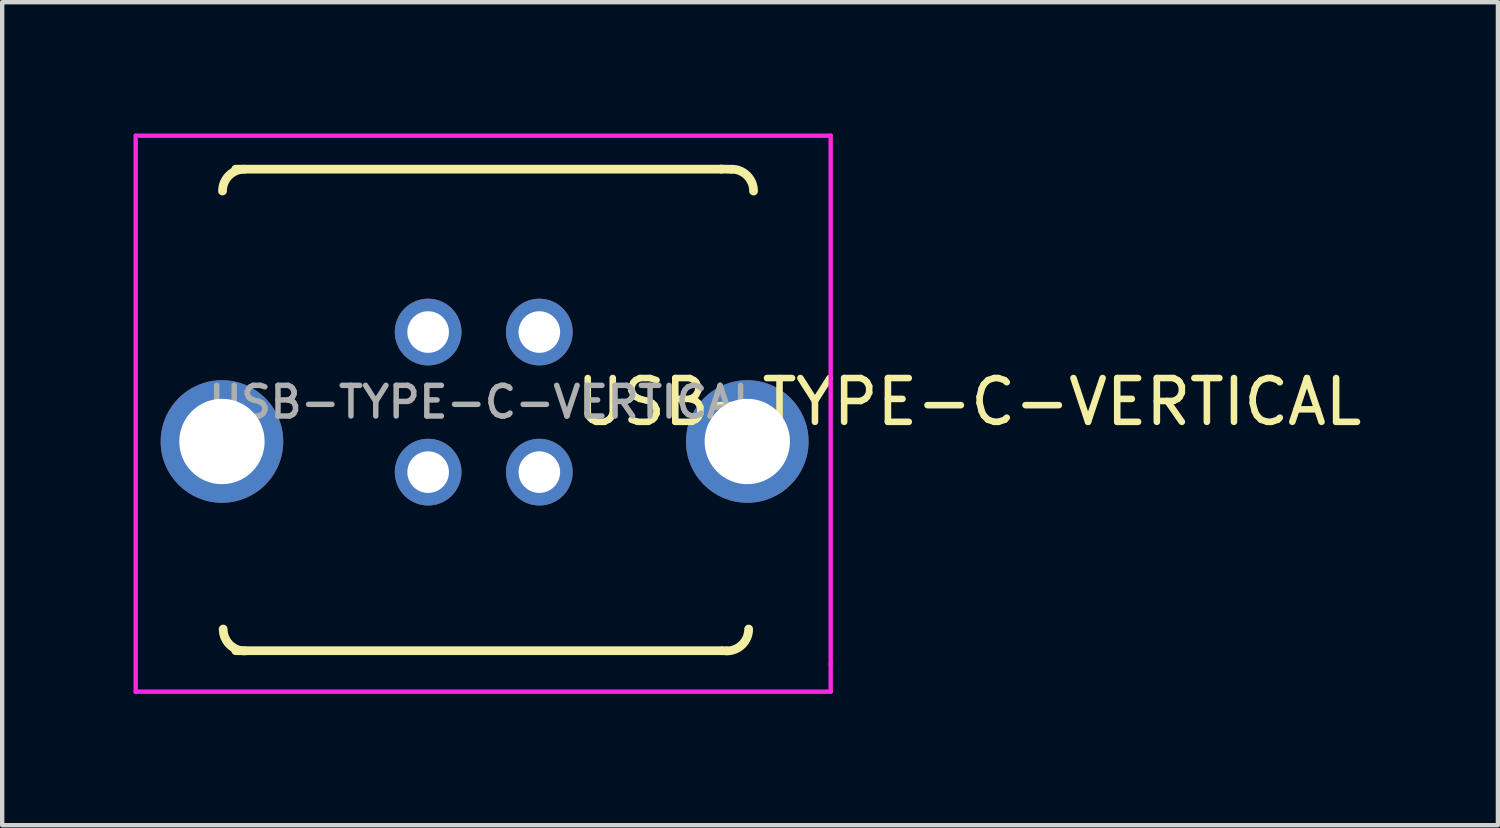
<source format=kicad_pcb>
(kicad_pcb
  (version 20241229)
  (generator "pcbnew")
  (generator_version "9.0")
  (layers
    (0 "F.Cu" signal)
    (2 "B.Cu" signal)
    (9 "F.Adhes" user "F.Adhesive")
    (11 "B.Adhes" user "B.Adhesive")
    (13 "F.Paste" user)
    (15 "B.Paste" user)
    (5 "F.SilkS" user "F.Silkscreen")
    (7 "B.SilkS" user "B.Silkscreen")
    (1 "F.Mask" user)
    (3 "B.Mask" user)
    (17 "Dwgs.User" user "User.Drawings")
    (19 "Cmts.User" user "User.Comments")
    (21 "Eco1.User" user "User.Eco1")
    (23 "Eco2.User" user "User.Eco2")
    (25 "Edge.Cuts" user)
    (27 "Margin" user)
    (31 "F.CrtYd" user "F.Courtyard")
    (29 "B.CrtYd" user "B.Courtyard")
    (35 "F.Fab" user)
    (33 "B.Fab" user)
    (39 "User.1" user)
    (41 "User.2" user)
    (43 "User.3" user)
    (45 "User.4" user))
  (footprint "USB-TYPE-C-VERTICAL"
    (layer "F.Cu")
    (at 8 6.135)
    (property "Reference" "USB-TYPE-C-VERTICAL" (at 11.09 -0.004 0) (layer "F.SilkS") (effects (font (size 1 1) (thickness 0.15))))
    (attr through_hole)
    (fp_line (start -5.665 5.679) (end 5.435 5.679) (stroke (width 0.2) (type solid)) (layer "F.SilkS"))
    (fp_line (start 5.421 -5.323) (end 5.649 -5.318) (stroke (width 0.2) (type solid)) (layer "F.SilkS"))
    (fp_line (start 5.435 -5.321) (end -5.665 -5.321) (stroke (width 0.2) (type solid)) (layer "F.SilkS"))
    (fp_line (start 5.542 5.68) (end 5.461 5.68) (stroke (width 0.2) (type solid)) (layer "F.SilkS"))
    (fp_arc (start -5.967089 -4.821513) (mid -5.820334 -5.174502) (end -5.46709 -5.32064) (stroke (width 0.2) (type solid)) (layer "F.SilkS"))
    (fp_arc (start -5.45185 5.68444) (mid -5.805403 5.537993) (end -5.95185 5.18444) (stroke (width 0.2) (type solid)) (layer "F.SilkS"))
    (fp_arc (start 5.66339 -5.32064) (mid 6.016943 -5.174193) (end 6.16339 -4.82064) (stroke (width 0.2) (type solid)) (layer "F.SilkS"))
    (fp_arc (start 6.05163 5.18444) (mid 5.905183 5.537993) (end 5.55163 5.68444) (stroke (width 0.2) (type solid)) (layer "F.SilkS"))
    (fp_line (start -7.95 -6.085) (end -7.95 6.615) (stroke (width 0.1) (type solid)) (layer "F.CrtYd"))
    (fp_line (start -7.95 6.615) (end 7.925 6.615) (stroke (width 0.1) (type solid)) (layer "F.CrtYd"))
    (fp_line (start 7.925 -6.085) (end -7.95 -6.085) (stroke (width 0.1) (type solid)) (layer "F.CrtYd"))
    (fp_line (start 7.925 5.98) (end 7.925 -6.085) (stroke (width 0.1) (type solid)) (layer "F.CrtYd"))
    (fp_line (start 7.925 6.615) (end 7.925 5.98) (stroke (width 0.1) (type solid)) (layer "F.CrtYd"))
    (fp_text user "${REFERENCE}" (at 0 0 0) (layer "F.Fab") (effects (font (size 0.7 0.7) (thickness 0.125))))
    (pad "1" thru_hole circle (at 1.27 -1.6) (size 1.524 1.524) (drill 0.95) (layers "*.Cu" "*.Mask"))
    (pad "2" thru_hole circle (at -1.27 -1.6) (size 1.524 1.524) (drill 0.95) (layers "*.Cu" "*.Mask"))
    (pad "3" thru_hole circle (at -1.27 1.6) (size 1.524 1.524) (drill 0.95) (layers "*.Cu" "*.Mask"))
    (pad "4" thru_hole circle (at 1.27 1.6) (size 1.524 1.524) (drill 0.95) (layers "*.Cu" "*.Mask"))
    (pad "~" thru_hole circle (at -5.98 0.9) (size 2.8 2.8) (drill 1.95) (layers "*.Cu" "*.Mask"))
    (pad "~" thru_hole circle (at 6.02 0.9) (size 2.8 2.8) (drill 1.95) (layers "*.Cu" "*.Mask")))
  (gr_rect
    (start -3 -3)
    (end 31.167 15.8)
    (stroke (width 0.1) (type default))
    (fill no)
    (layer "Edge.Cuts")))
</source>
